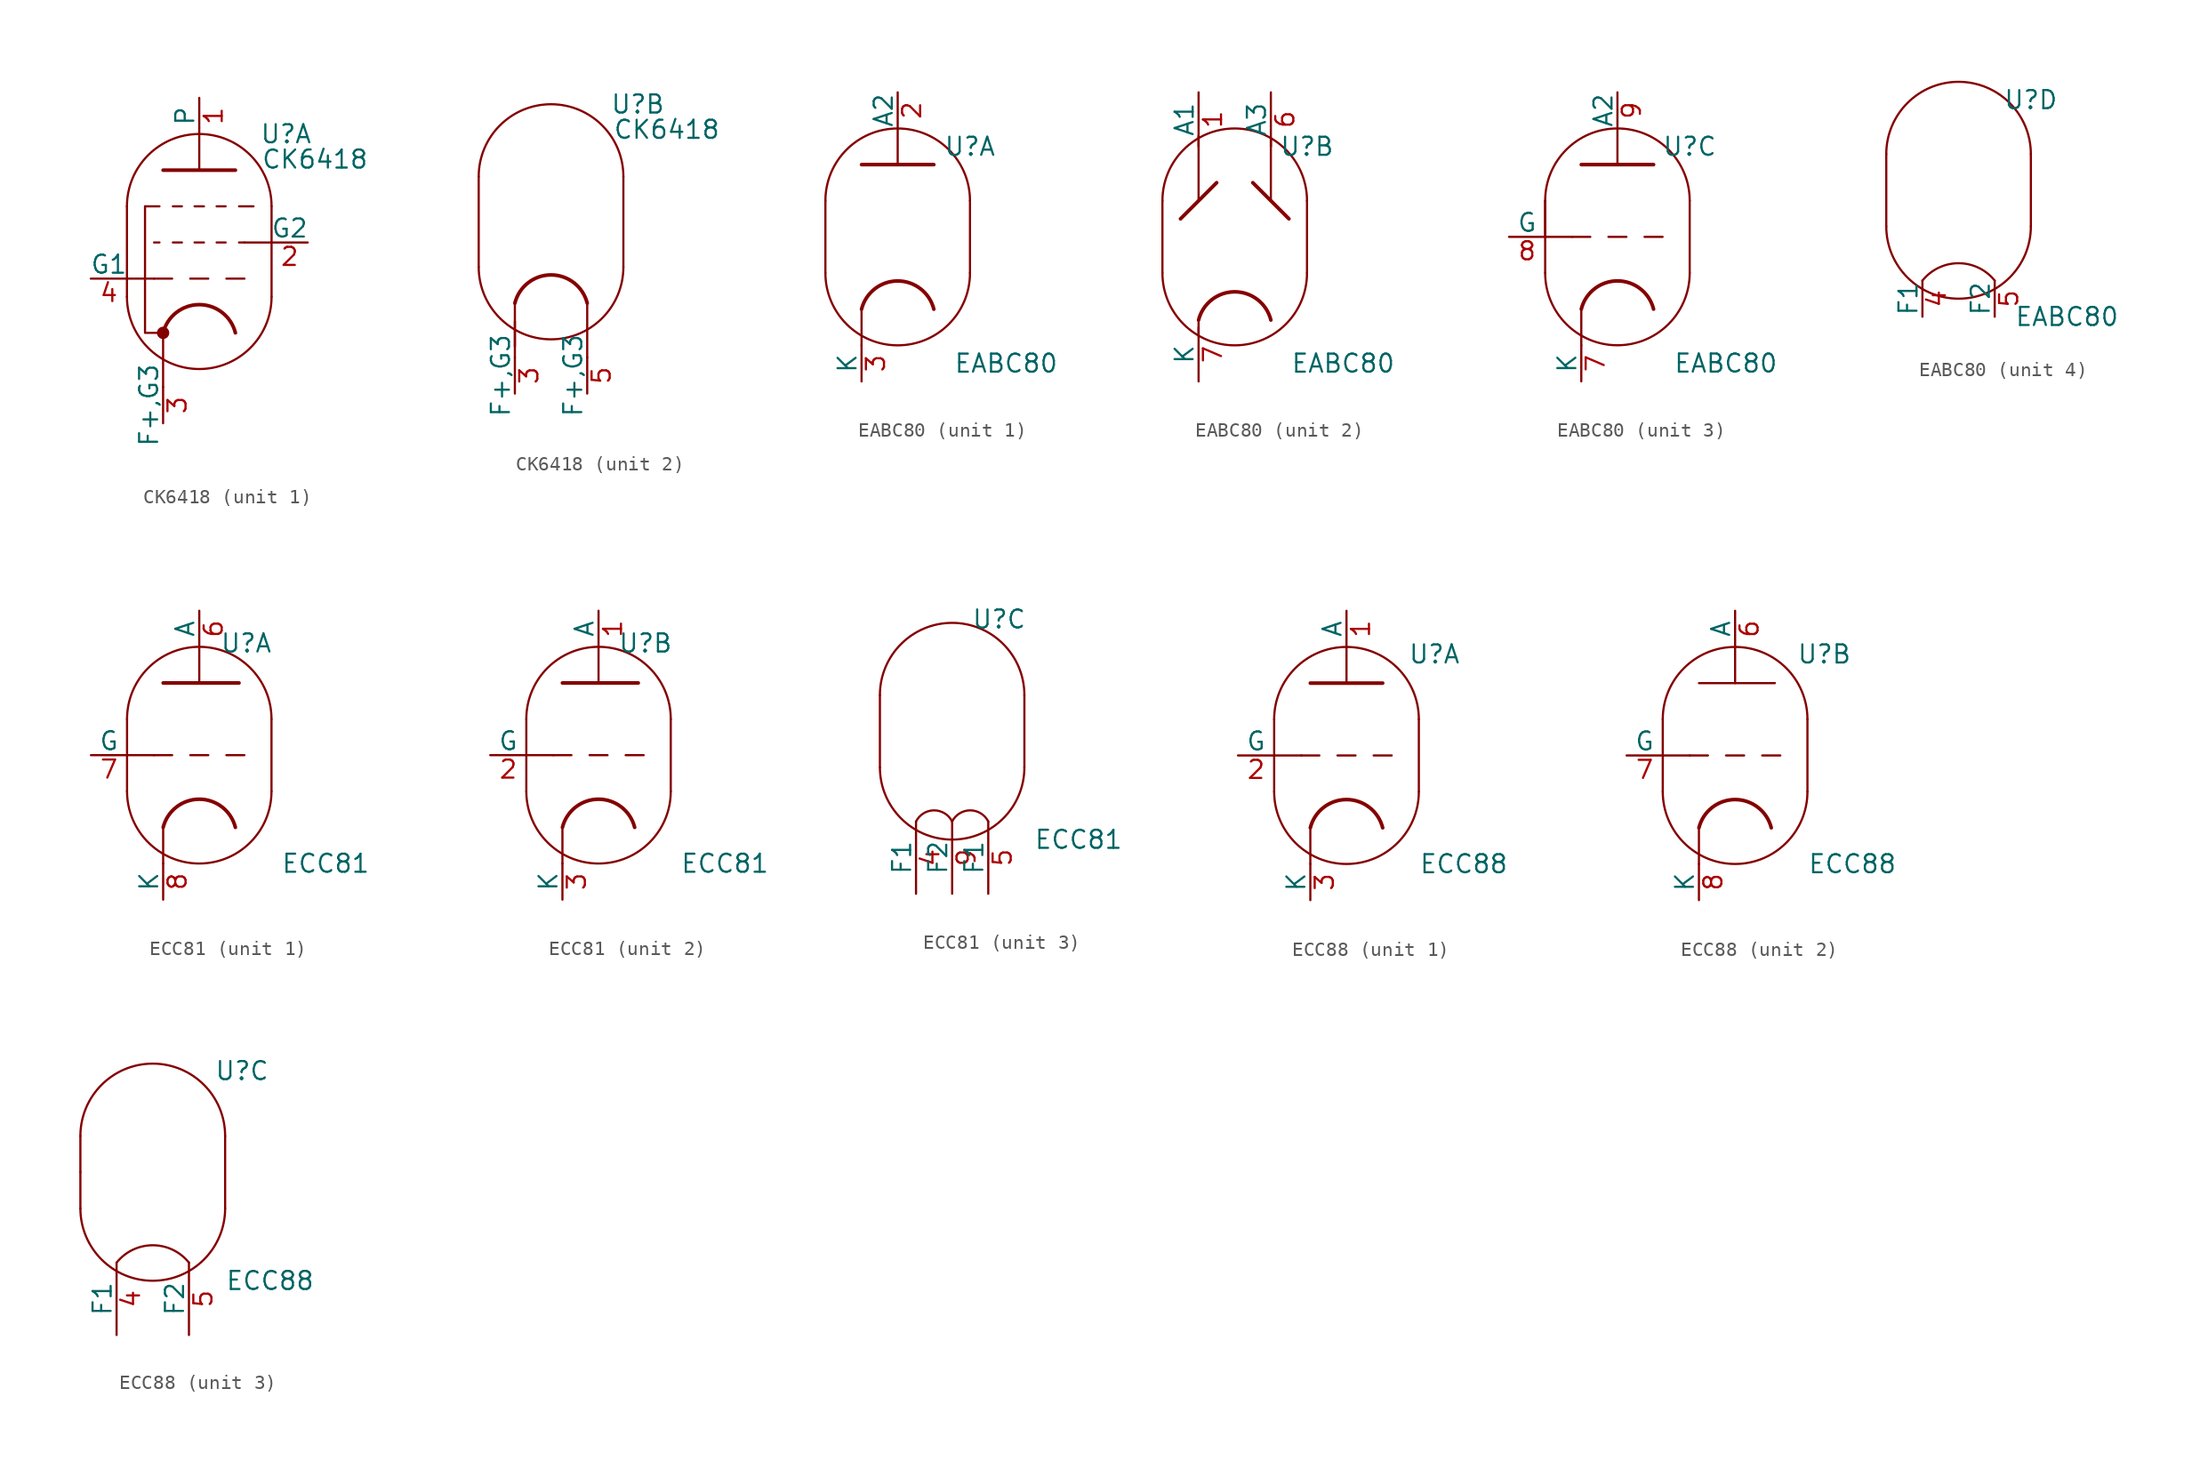
<source format=kicad_sym>
(kicad_symbol_lib
  (version 20201005)
  (generator kicad_symbol_editor)
  (symbol "CK6418"
    (pin_names
      (offset 0))
    (property "Reference" "U"
      (at 6.096 10.16 0)
      (effects (font (size 1.27 1.27))))
    (property "Value" "CK6418"
      (at 8.128 8.382 0)
      (effects (font (size 1.27 1.27))))
    (property "ki_locked" ""
      (at 0 0 0)
      (effects (font (size 1.27 1.27))))
    (symbol "CK6418_0_1"
      (arc (start 2.54 -3.81) (end -2.54 -3.81) (radius (at 0 -4.445) (length 2.6162) (angles 14.2 165.9)) (stroke (width 0.254)) (fill (type none)))
      (arc (start -5.08 -1.27) (end 5.08 -1.27) (radius (at 0 -1.27) (length 5.08) (angles -179.9 -0.1)) (stroke (width 0)) (fill (type none)))
      (arc (start 5.08 5.08) (end -5.08 5.08) (radius (at 0 5.08) (length 5.08) (angles 0.1 179.9)) (stroke (width 0)) (fill (type none)))
      (polyline (pts (xy -2.54 -7.62) (xy -2.54 -3.81)) (stroke (width 0)) (fill (type none)))
      (polyline (pts (xy -5.08 5.08) (xy -5.08 -1.27) (xy -5.08 -1.27)) (stroke (width 0)) (fill (type none)))
      (polyline (pts (xy 5.08 -1.27) (xy 5.08 5.08) (xy 5.08 5.08)) (stroke (width 0)) (fill (type none)))
      (pin power_in line (at -2.54 -10.16 90) (length 2.54) (name "F+,G3" (effects (font (size 1.27 1.27)))) (number "3" (effects (font (size 1.27 1.27))))))
    (symbol "CK6418_1_0"
      (polyline (pts (xy -5.08 0) (xy -3.175 0)) (stroke (width 0)) (fill (type none)))
      (polyline (pts (xy -0.635 0) (xy 0.635 0)) (stroke (width 0.152)) (fill (type none)))
      (polyline (pts (xy 0 7.62) (xy 0 10.16)) (stroke (width 0)) (fill (type none)))
      (polyline (pts (xy 1.905 0) (xy 3.175 0)) (stroke (width 0.152)) (fill (type none)))
      (polyline (pts (xy 3.175 2.54) (xy 5.08 2.54)) (stroke (width 0)) (fill (type none))))
    (symbol "CK6418_1_1"
      (circle (center -2.54 -3.81) (radius 0.356) (stroke (width 0)) (fill (type outline)))
      (polyline (pts (xy -3.81 5.08) (xy -2.794 5.08)) (stroke (width 0.152)) (fill (type none)))
      (polyline (pts (xy -3.175 2.54) (xy -2.794 2.54)) (stroke (width 0.152)) (fill (type none)))
      (polyline (pts (xy -1.905 0) (xy -3.175 0)) (stroke (width 0.152)) (fill (type none)))
      (polyline (pts (xy -1.854 2.54) (xy -1.219 2.54)) (stroke (width 0.152)) (fill (type none)))
      (polyline (pts (xy -1.854 5.08) (xy -1.219 5.08)) (stroke (width 0.152)) (fill (type none)))
      (polyline (pts (xy -0.33 2.54) (xy 0.33 2.54)) (stroke (width 0.152)) (fill (type none)))
      (polyline (pts (xy -0.33 5.08) (xy 0.33 5.08)) (stroke (width 0.152)) (fill (type none)))
      (polyline (pts (xy 1.219 2.54) (xy 1.854 2.54)) (stroke (width 0.152)) (fill (type none)))
      (polyline (pts (xy 1.219 5.08) (xy 1.854 5.08)) (stroke (width 0.152)) (fill (type none)))
      (polyline (pts (xy 2.794 2.54) (xy 3.175 2.54)) (stroke (width 0.152)) (fill (type none)))
      (polyline (pts (xy 3.81 5.08) (xy 2.794 5.08)) (stroke (width 0.152)) (fill (type none)))
      (polyline (pts (xy -3.81 5.08) (xy -3.81 -3.81) (xy -2.54 -3.81)) (stroke (width 0)) (fill (type none)))
      (polyline (pts (xy -2.54 7.62) (xy 2.54 7.62) (xy 2.54 7.62)) (stroke (width 0.254)) (fill (type none)))
      (pin output line (at 0 12.7 270) (length 2.54) (name "P" (effects (font (size 1.27 1.27)))) (number "1" (effects (font (size 1.27 1.27)))))
      (pin input line (at 7.62 2.54 180) (length 2.54) (name "G2" (effects (font (size 1.27 1.27)))) (number "2" (effects (font (size 1.27 1.27)))))
      (pin input line (at -7.62 0 0) (length 2.54) (name "G1" (effects (font (size 1.27 1.27)))) (number "4" (effects (font (size 1.27 1.27))))))
    (symbol "CK6418_2_1"
      (polyline (pts (xy 2.54 -7.62) (xy 2.54 -3.81)) (stroke (width 0)) (fill (type none)))
      (polyline (pts (xy -2.54 -6.858) (xy -2.54 -5.08) (xy -2.54 -5.08)) (stroke (width 0)) (fill (type none)))
      (pin power_in line (at 2.54 -10.16 90) (length 2.54) (name "F+,G3" (effects (font (size 1.27 1.27)))) (number "5" (effects (font (size 1.27 1.27)))))))
  (symbol "EABC80"
    (pin_names
      (offset 0))
    (property "Reference" "U"
      (at 5.08 6.35 0)
      (effects (font (size 1.27 1.27))))
    (property "Value" "EABC80"
      (at 7.62 -8.89 0)
      (effects (font (size 1.27 1.27))))
    (property "ki_locked" ""
      (at 0 0 0)
      (effects (font (size 1.27 1.27))))
    (symbol "EABC80_0_1"
      (arc (start -5.08 -2.54) (end 5.08 -2.54) (radius (at 0 -2.54) (length 5.08) (angles -179.9 -0.1)) (stroke (width 0)) (fill (type none)))
      (arc (start 5.08 2.54) (end -5.08 2.54) (radius (at 0 2.54) (length 5.08) (angles 0.1 179.9)) (stroke (width 0)) (fill (type none)))
      (polyline (pts (xy 5.08 2.54) (xy 5.08 -2.54)) (stroke (width 0)) (fill (type none)))
      (polyline (pts (xy -5.08 2.54) (xy -5.08 -2.54) (xy -5.08 -2.54)) (stroke (width 0)) (fill (type none))))
    (symbol "EABC80_1_0"
      (polyline (pts (xy -2.54 -5.08) (xy -2.54 -7.62)) (stroke (width 0)) (fill (type none)))
      (polyline (pts (xy 0 5.08) (xy 0 7.62)) (stroke (width 0)) (fill (type none))))
    (symbol "EABC80_1_1"
      (arc (start 2.54 -5.08) (end -2.54 -5.08) (radius (at 0 -5.715) (length 2.6162) (angles 14.2 165.9)) (stroke (width 0.254)) (fill (type none)))
      (polyline (pts (xy -2.54 5.08) (xy 2.54 5.08) (xy 2.54 5.08) (xy 2.54 5.08)) (stroke (width 0.254)) (fill (type none)))
      (pin output line (at 0 10.16 270) (length 2.54) (name "A2" (effects (font (size 1.27 1.27)))) (number "2" (effects (font (size 1.27 1.27)))))
      (pin input line (at -2.54 -10.16 90) (length 2.54) (name "K" (effects (font (size 1.27 1.27)))) (number "3" (effects (font (size 1.27 1.27))))))
    (symbol "EABC80_2_1"
      (arc (start 2.54 -5.842) (end -2.54 -5.842) (radius (at 0 -6.477) (length 2.6162) (angles 14.2 165.9)) (stroke (width 0.254)) (fill (type none)))
      (polyline (pts (xy -2.54 -6.858) (xy -2.54 -5.842) (xy -2.54 -5.842)) (stroke (width 0)) (fill (type none)))
      (polyline (pts (xy -2.54 7.112) (xy -2.54 2.54) (xy -2.54 2.54)) (stroke (width 0)) (fill (type none)))
      (polyline (pts (xy 1.27 3.81) (xy 3.81 1.27) (xy 3.81 1.27)) (stroke (width 0.254)) (fill (type none)))
      (polyline (pts (xy 2.54 6.858) (xy 2.54 2.54) (xy 2.54 2.54)) (stroke (width 0)) (fill (type none)))
      (polyline (pts (xy -3.81 1.27) (xy -1.27 3.81) (xy -1.27 3.81) (xy -1.27 3.81)) (stroke (width 0.254)) (fill (type none)))
      (pin input line (at -2.54 10.16 270) (length 3.81) (name "A1" (effects (font (size 1.27 1.27)))) (number "1" (effects (font (size 1.27 1.27)))))
      (pin output line (at 2.54 10.16 270) (length 3.81) (name "A3" (effects (font (size 1.27 1.27)))) (number "6" (effects (font (size 1.27 1.27)))))
      (pin input line (at -2.54 -10.16 90) (length 3.81) (name "K" (effects (font (size 1.27 1.27)))) (number "7" (effects (font (size 1.27 1.27))))))
    (symbol "EABC80_3_0"
      (polyline (pts (xy -5.08 0) (xy -3.175 0)) (stroke (width 0)) (fill (type none)))
      (polyline (pts (xy -5.08 2.54) (xy -5.08 0)) (stroke (width 0)) (fill (type none)))
      (polyline (pts (xy -2.54 -5.08) (xy -2.54 -7.62)) (stroke (width 0)) (fill (type none)))
      (polyline (pts (xy 0 5.08) (xy 0 7.62)) (stroke (width 0)) (fill (type none))))
    (symbol "EABC80_3_1"
      (arc (start 2.54 -5.08) (end -2.54 -5.08) (radius (at 0 -5.715) (length 2.6162) (angles 14.2 165.9)) (stroke (width 0.254)) (fill (type none)))
      (polyline (pts (xy -1.905 0) (xy -3.175 0)) (stroke (width 0.152)) (fill (type none)))
      (polyline (pts (xy -0.635 0) (xy 0.635 0)) (stroke (width 0.152)) (fill (type none)))
      (polyline (pts (xy 1.905 0) (xy 3.175 0)) (stroke (width 0.152)) (fill (type none)))
      (polyline (pts (xy -2.54 5.08) (xy 2.54 5.08) (xy 2.54 5.08)) (stroke (width 0.254)) (fill (type none)))
      (pin input line (at -2.54 -10.16 90) (length 2.54) (name "K" (effects (font (size 1.27 1.27)))) (number "7" (effects (font (size 1.27 1.27)))))
      (pin input line (at -7.62 0 0) (length 2.54) (name "G" (effects (font (size 1.27 1.27)))) (number "8" (effects (font (size 1.27 1.27)))))
      (pin output line (at 0 10.16 270) (length 2.54) (name "A2" (effects (font (size 1.27 1.27)))) (number "9" (effects (font (size 1.27 1.27))))))
    (symbol "EABC80_4_1"
      (arc (start -2.54 -6.35) (end 2.54 -6.35) (radius (at 0 -8.382) (length 3.2512) (angles 141.3 38.6)) (stroke (width 0)) (fill (type none)))
      (pin input line (at -2.54 -8.89 90) (length 2.54) (name "F1" (effects (font (size 1.27 1.27)))) (number "4" (effects (font (size 1.27 1.27)))))
      (pin input line (at 2.54 -8.89 90) (length 2.54) (name "F2" (effects (font (size 1.27 1.27)))) (number "5" (effects (font (size 1.27 1.27)))))))
  (symbol "ECC81"
    (pin_names
      (offset 0))
    (property "Reference" "U"
      (at 3.302 7.874 0)
      (effects (font (size 1.27 1.27))))
    (property "Value" "ECC81"
      (at 8.89 -7.62 0)
      (effects (font (size 1.27 1.27))))
    (property "ki_locked" ""
      (at 0 0 0)
      (effects (font (size 1.27 1.27))))
    (symbol "ECC81_0_1"
      (arc (start -5.08 -2.54) (end 5.08 -2.54) (radius (at 0 -2.54) (length 5.08) (angles -179.9 -0.1)) (stroke (width 0)) (fill (type none)))
      (arc (start 5.08 2.54) (end -5.08 2.54) (radius (at 0 2.54) (length 5.08) (angles 0.1 179.9)) (stroke (width 0)) (fill (type none)))
      (polyline (pts (xy 5.08 2.54) (xy 5.08 -2.54)) (stroke (width 0)) (fill (type none)))
      (polyline (pts (xy -5.08 2.54) (xy -5.08 -2.54) (xy -5.08 -2.54)) (stroke (width 0)) (fill (type none))))
    (symbol "ECC81_1_0"
      (polyline (pts (xy -2.54 -5.08) (xy -2.54 -7.62)) (stroke (width 0)) (fill (type none)))
      (polyline (pts (xy 0 5.08) (xy 0 7.62)) (stroke (width 0)) (fill (type none))))
    (symbol "ECC81_1_1"
      (arc (start 2.54 -5.08) (end -2.54 -5.08) (radius (at 0 -5.715) (length 2.6162) (angles 14.2 165.9)) (stroke (width 0.254)) (fill (type none)))
      (polyline (pts (xy -5.08 0) (xy -3.175 0)) (stroke (width 0)) (fill (type none)))
      (polyline (pts (xy -1.905 0) (xy -3.175 0)) (stroke (width 0.152)) (fill (type none)))
      (polyline (pts (xy -0.635 0) (xy 0.635 0)) (stroke (width 0.152)) (fill (type none)))
      (polyline (pts (xy 1.905 0) (xy 3.175 0)) (stroke (width 0.152)) (fill (type none)))
      (polyline (pts (xy -2.54 5.08) (xy 2.794 5.08) (xy 2.794 5.08)) (stroke (width 0.254)) (fill (type none)))
      (pin output line (at 0 10.16 270) (length 2.54) (name "A" (effects (font (size 1.27 1.27)))) (number "6" (effects (font (size 1.27 1.27)))))
      (pin input line (at -7.62 0 0) (length 2.54) (name "G" (effects (font (size 1.27 1.27)))) (number "7" (effects (font (size 1.27 1.27)))))
      (pin bidirectional line (at -2.54 -10.16 90) (length 2.54) (name "K" (effects (font (size 1.27 1.27)))) (number "8" (effects (font (size 1.27 1.27))))))
    (symbol "ECC81_2_0"
      (polyline (pts (xy -2.54 -5.08) (xy -2.54 -7.62)) (stroke (width 0)) (fill (type none)))
      (polyline (pts (xy 0 5.08) (xy 0 7.62)) (stroke (width 0)) (fill (type none))))
    (symbol "ECC81_2_1"
      (arc (start 2.54 -5.08) (end -2.54 -5.08) (radius (at 0 -5.715) (length 2.6162) (angles 14.2 165.9)) (stroke (width 0.254)) (fill (type none)))
      (polyline (pts (xy -5.08 0) (xy -3.175 0)) (stroke (width 0)) (fill (type none)))
      (polyline (pts (xy -1.905 0) (xy -3.175 0)) (stroke (width 0.152)) (fill (type none)))
      (polyline (pts (xy -0.635 0) (xy 0.635 0)) (stroke (width 0.152)) (fill (type none)))
      (polyline (pts (xy 1.905 0) (xy 3.175 0)) (stroke (width 0.152)) (fill (type none)))
      (polyline (pts (xy -2.54 5.08) (xy 2.794 5.08) (xy 2.794 5.08)) (stroke (width 0.254)) (fill (type none)))
      (pin output line (at 0 10.16 270) (length 2.54) (name "A" (effects (font (size 1.27 1.27)))) (number "1" (effects (font (size 1.27 1.27)))))
      (pin input line (at -7.62 0 0) (length 2.54) (name "G" (effects (font (size 1.27 1.27)))) (number "2" (effects (font (size 1.27 1.27)))))
      (pin bidirectional line (at -2.54 -10.16 90) (length 2.54) (name "K" (effects (font (size 1.27 1.27)))) (number "3" (effects (font (size 1.27 1.27))))))
    (symbol "ECC81_3_1"
      (arc (start 0 -6.35) (end -2.54 -6.35) (radius (at -1.27 -6.985) (length 1.397) (angles 26.5 153.4)) (stroke (width 0)) (fill (type none)))
      (arc (start 2.54 -6.35) (end 0 -6.35) (radius (at 1.27 -6.985) (length 1.397) (angles 26.5 153.4)) (stroke (width 0)) (fill (type none)))
      (pin power_in line (at -2.54 -11.43 90) (length 5.08) (name "F1" (effects (font (size 1.27 1.27)))) (number "4" (effects (font (size 1.27 1.27)))))
      (pin power_in line (at 2.54 -11.43 90) (length 5.08) (name "F1" (effects (font (size 1.27 1.27)))) (number "5" (effects (font (size 1.27 1.27)))))
      (pin power_in line (at 0 -11.43 90) (length 5.08) (name "F2" (effects (font (size 1.27 1.27)))) (number "9" (effects (font (size 1.27 1.27)))))))
  (symbol "ECC88"
    (pin_names
      (offset 0))
    (property "Reference" "U"
      (at 4.318 7.112 0)
      (effects (font (size 1.27 1.27)) (justify left)))
    (property "Value" "ECC88"
      (at 5.08 -7.62 0)
      (effects (font (size 1.27 1.27)) (justify left)))
    (property "ki_locked" ""
      (at 0 0 0)
      (effects (font (size 1.27 1.27))))
    (symbol "ECC88_0_1"
      (arc (start -5.08 -2.54) (end 5.08 -2.54) (radius (at 0 -2.54) (length 5.08) (angles -179.9 -0.1)) (stroke (width 0)) (fill (type none)))
      (arc (start 5.08 2.54) (end -5.08 2.54) (radius (at 0 2.54) (length 5.08) (angles 0.1 179.9)) (stroke (width 0)) (fill (type none)))
      (polyline (pts (xy -5.08 0) (xy -5.08 -2.54)) (stroke (width 0)) (fill (type none)))
      (polyline (pts (xy -5.08 2.54) (xy -5.08 0)) (stroke (width 0)) (fill (type none)))
      (polyline (pts (xy 5.08 2.54) (xy 5.08 -2.54)) (stroke (width 0)) (fill (type none))))
    (symbol "ECC88_1_0"
      (polyline (pts (xy -2.54 -5.08) (xy -2.54 -7.62)) (stroke (width 0)) (fill (type none)))
      (polyline (pts (xy 0 5.08) (xy 0 7.62)) (stroke (width 0)) (fill (type none))))
    (symbol "ECC88_1_1"
      (arc (start 2.54 -5.08) (end -2.54 -5.08) (radius (at 0 -5.715) (length 2.6162) (angles 14.2 165.9)) (stroke (width 0.254)) (fill (type none)))
      (polyline (pts (xy -5.08 0) (xy -3.175 0)) (stroke (width 0)) (fill (type none)))
      (polyline (pts (xy -1.905 0) (xy -3.175 0)) (stroke (width 0.152)) (fill (type none)))
      (polyline (pts (xy -0.635 0) (xy 0.635 0)) (stroke (width 0.152)) (fill (type none)))
      (polyline (pts (xy 1.905 0) (xy 3.175 0)) (stroke (width 0.152)) (fill (type none)))
      (polyline (pts (xy -2.54 5.08) (xy 2.54 5.08) (xy 2.54 5.08)) (stroke (width 0.254)) (fill (type none)))
      (pin output line (at 0 10.16 270) (length 2.54) (name "A" (effects (font (size 1.27 1.27)))) (number "1" (effects (font (size 1.27 1.27)))))
      (pin input line (at -7.62 0 0) (length 2.54) (name "G" (effects (font (size 1.27 1.27)))) (number "2" (effects (font (size 1.27 1.27)))))
      (pin bidirectional line (at -2.54 -10.16 90) (length 2.54) (name "K" (effects (font (size 1.27 1.27)))) (number "3" (effects (font (size 1.27 1.27))))))
    (symbol "ECC88_2_0"
      (polyline (pts (xy -5.08 0) (xy -3.175 0)) (stroke (width 0)) (fill (type none)))
      (polyline (pts (xy -2.54 -5.08) (xy -2.54 -7.62)) (stroke (width 0)) (fill (type none)))
      (polyline (pts (xy -1.905 0) (xy -3.175 0)) (stroke (width 0.152)) (fill (type none)))
      (polyline (pts (xy -0.635 0) (xy 0.635 0)) (stroke (width 0.152)) (fill (type none)))
      (polyline (pts (xy 0 5.08) (xy 0 7.62)) (stroke (width 0)) (fill (type none)))
      (polyline (pts (xy 1.905 0) (xy 3.175 0)) (stroke (width 0.152)) (fill (type none)))
      (polyline (pts (xy 2.794 5.08) (xy -2.54 5.08) (xy -2.54 5.08)) (stroke (width 0.152)) (fill (type none))))
    (symbol "ECC88_2_1"
      (arc (start 2.54 -5.08) (end -2.54 -5.08) (radius (at 0 -5.715) (length 2.6162) (angles 14.2 165.9)) (stroke (width 0.254)) (fill (type none)))
      (pin output line (at 0 10.16 270) (length 2.54) (name "A" (effects (font (size 1.27 1.27)))) (number "6" (effects (font (size 1.27 1.27)))))
      (pin input line (at -7.62 0 0) (length 2.54) (name "G" (effects (font (size 1.27 1.27)))) (number "7" (effects (font (size 1.27 1.27)))))
      (pin bidirectional line (at -2.54 -10.16 90) (length 2.54) (name "K" (effects (font (size 1.27 1.27)))) (number "8" (effects (font (size 1.27 1.27))))))
    (symbol "ECC88_3_1"
      (arc (start 2.54 -6.35) (end -2.54 -6.35) (radius (at 0 -8.382) (length 3.2512) (angles 38.6 141.3)) (stroke (width 0)) (fill (type none)))
      (pin power_in line (at -2.54 -11.43 90) (length 5.08) (name "F1" (effects (font (size 1.27 1.27)))) (number "4" (effects (font (size 1.27 1.27)))))
      (pin power_in line (at 2.54 -11.43 90) (length 5.08) (name "F2" (effects (font (size 1.27 1.27)))) (number "5" (effects (font (size 1.27 1.27))))))))
</source>
